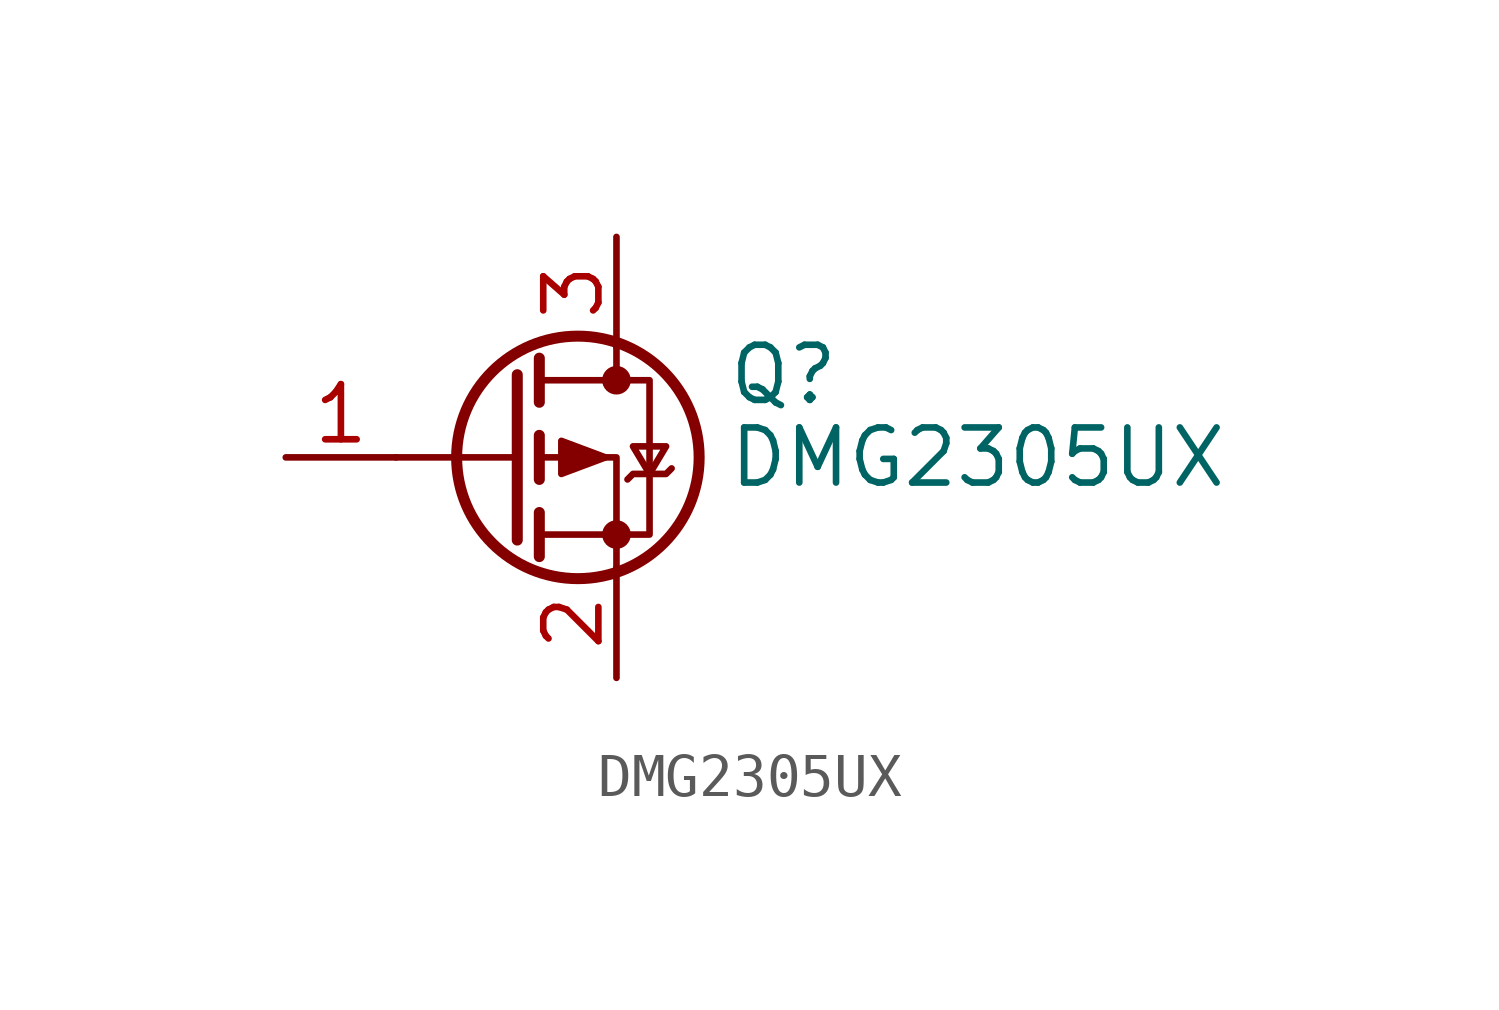
<source format=kicad_sym>
(kicad_symbol_lib
  (version 20211014)
  (generator kicad_symbol_editor)
  (symbol "DMG2305UX"
    (pin_names hide)
    (property "Reference" "Q"
      (at 5.08 1.905 0)
      (effects (font (size 1.27 1.27)) (justify left)))
    (property "Value" "DMG2305UX"
      (at 5.08 0 0)
      (effects (font (size 1.27 1.27)) (justify left)))
    (symbol "DMG2305UX_0_1"
      (polyline (pts (xy 0.254 0) (xy -2.54 0)) (stroke (width 0) (type default) (color 0 0 0 0)) (fill (type none)))
      (polyline (pts (xy 0.254 1.905) (xy 0.254 -1.905)) (stroke (width 0.254) (type default) (color 0 0 0 0)) (fill (type none)))
      (polyline (pts (xy 0.762 -1.27) (xy 0.762 -2.286)) (stroke (width 0.254) (type default) (color 0 0 0 0)) (fill (type none)))
      (polyline (pts (xy 0.762 0.508) (xy 0.762 -0.508)) (stroke (width 0.254) (type default) (color 0 0 0 0)) (fill (type none)))
      (polyline (pts (xy 0.762 2.286) (xy 0.762 1.27)) (stroke (width 0.254) (type default) (color 0 0 0 0)) (fill (type none)))
      (polyline (pts (xy 2.54 2.54) (xy 2.54 1.778)) (stroke (width 0) (type default) (color 0 0 0 0)) (fill (type none)))
      (polyline (pts (xy 2.54 -2.54) (xy 2.54 0) (xy 0.762 0)) (stroke (width 0) (type default) (color 0 0 0 0)) (fill (type none)))
      (polyline (pts (xy 0.762 1.778) (xy 3.302 1.778) (xy 3.302 -1.778) (xy 0.762 -1.778)) (stroke (width 0) (type default) (color 0 0 0 0)) (fill (type none)))
      (polyline (pts (xy 2.286 0) (xy 1.27 0.381) (xy 1.27 -0.381) (xy 2.286 0)) (stroke (width 0) (type default) (color 0 0 0 0)) (fill (type outline)))
      (polyline (pts (xy 2.794 -0.508) (xy 2.921 -0.381) (xy 3.683 -0.381) (xy 3.81 -0.254)) (stroke (width 0) (type default) (color 0 0 0 0)) (fill (type none)))
      (polyline (pts (xy 3.302 -0.381) (xy 2.921 0.254) (xy 3.683 0.254) (xy 3.302 -0.381)) (stroke (width 0) (type default) (color 0 0 0 0)) (fill (type none)))
      (circle (center 1.651 0) (radius 2.794) (stroke (width 0.254) (type default) (color 0 0 0 0)) (fill (type none)))
      (circle (center 2.54 -1.778) (radius 0.254) (stroke (width 0) (type default) (color 0 0 0 0)) (fill (type outline)))
      (circle (center 2.54 1.778) (radius 0.254) (stroke (width 0) (type default) (color 0 0 0 0)) (fill (type outline))))
    (symbol "DMG2305UX_1_1"
      (pin input line (at -5.08 0 0) (length 2.54) (name "G" (effects (font (size 1.27 1.27)))) (number "1" (effects (font (size 1.27 1.27)))))
      (pin passive line (at 2.54 -5.08 90) (length 2.54) (name "S" (effects (font (size 1.27 1.27)))) (number "2" (effects (font (size 1.27 1.27)))))
      (pin passive line (at 2.54 5.08 270) (length 2.54) (name "D" (effects (font (size 1.27 1.27)))) (number "3" (effects (font (size 1.27 1.27))))))))
</source>
